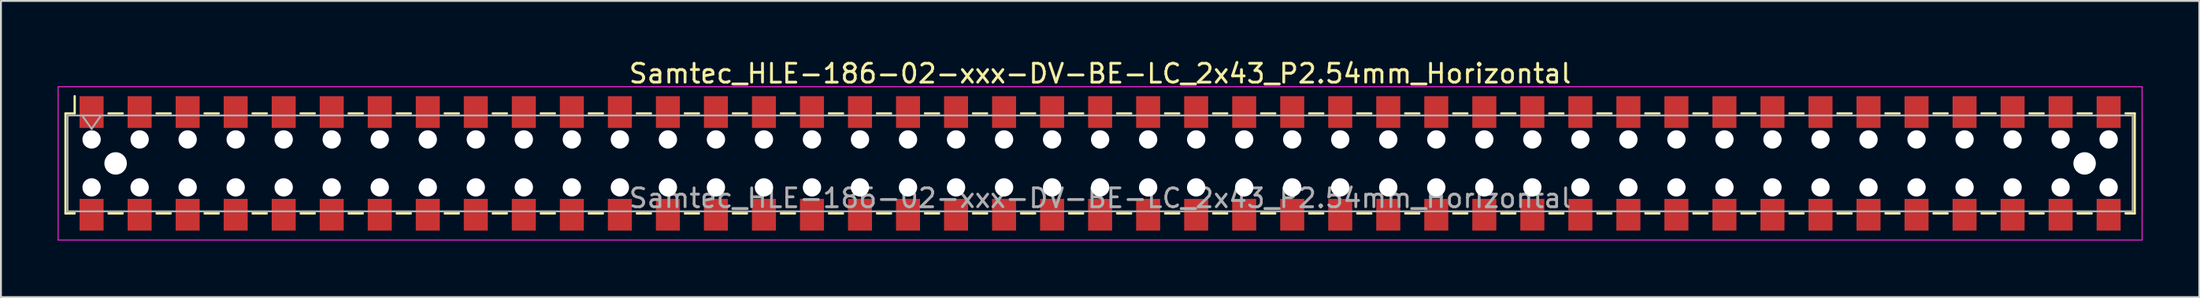
<source format=kicad_pcb>
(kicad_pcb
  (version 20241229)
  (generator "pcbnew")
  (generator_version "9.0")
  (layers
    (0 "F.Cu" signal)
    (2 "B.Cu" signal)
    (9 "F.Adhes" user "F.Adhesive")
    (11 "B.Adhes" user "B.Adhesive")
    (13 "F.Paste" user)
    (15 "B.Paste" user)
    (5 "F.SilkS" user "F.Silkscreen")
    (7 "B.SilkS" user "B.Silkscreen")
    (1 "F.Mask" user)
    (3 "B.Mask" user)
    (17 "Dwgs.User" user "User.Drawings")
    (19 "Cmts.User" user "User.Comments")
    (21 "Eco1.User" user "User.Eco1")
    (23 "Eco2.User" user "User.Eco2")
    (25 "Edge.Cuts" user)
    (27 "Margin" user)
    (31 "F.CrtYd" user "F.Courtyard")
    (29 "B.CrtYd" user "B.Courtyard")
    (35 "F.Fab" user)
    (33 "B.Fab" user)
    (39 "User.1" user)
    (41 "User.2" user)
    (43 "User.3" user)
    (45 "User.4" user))
  (footprint "Samtec_HLE-186-02-xxx-DV-BE-LC_2x43_P2.54mm_Horizontal"
    (layer "F.Cu")
    (at 55.135 5.608)
    (property "Reference" "Samtec_HLE-186-02-xxx-DV-BE-LC_2x43_P2.54mm_Horizontal" (at 0 -4.76 0) (layer "F.SilkS") (effects (font (size 1 1) (thickness 0.15))))
    (attr smd)
    (fp_line (start -54.72 -2.65) (end -54.72 2.65) (stroke (width 0.12) (type solid)) (layer "F.SilkS"))
    (fp_line (start -54.72 2.65) (end -54.235 2.65) (stroke (width 0.12) (type solid)) (layer "F.SilkS"))
    (fp_line (start -54.235 -3.56) (end -54.235 -2.65) (stroke (width 0.12) (type solid)) (layer "F.SilkS"))
    (fp_line (start -54.235 -2.65) (end -54.72 -2.65) (stroke (width 0.12) (type solid)) (layer "F.SilkS"))
    (fp_line (start -52.445 -2.65) (end -51.695 -2.65) (stroke (width 0.12) (type solid)) (layer "F.SilkS"))
    (fp_line (start -52.445 2.65) (end -51.695 2.65) (stroke (width 0.12) (type solid)) (layer "F.SilkS"))
    (fp_line (start -49.905 -2.65) (end -49.155 -2.65) (stroke (width 0.12) (type solid)) (layer "F.SilkS"))
    (fp_line (start -49.905 2.65) (end -49.155 2.65) (stroke (width 0.12) (type solid)) (layer "F.SilkS"))
    (fp_line (start -47.365 -2.65) (end -46.615 -2.65) (stroke (width 0.12) (type solid)) (layer "F.SilkS"))
    (fp_line (start -47.365 2.65) (end -46.615 2.65) (stroke (width 0.12) (type solid)) (layer "F.SilkS"))
    (fp_line (start -44.825 -2.65) (end -44.075 -2.65) (stroke (width 0.12) (type solid)) (layer "F.SilkS"))
    (fp_line (start -44.825 2.65) (end -44.075 2.65) (stroke (width 0.12) (type solid)) (layer "F.SilkS"))
    (fp_line (start -42.285 -2.65) (end -41.535 -2.65) (stroke (width 0.12) (type solid)) (layer "F.SilkS"))
    (fp_line (start -42.285 2.65) (end -41.535 2.65) (stroke (width 0.12) (type solid)) (layer "F.SilkS"))
    (fp_line (start -39.745 -2.65) (end -38.995 -2.65) (stroke (width 0.12) (type solid)) (layer "F.SilkS"))
    (fp_line (start -39.745 2.65) (end -38.995 2.65) (stroke (width 0.12) (type solid)) (layer "F.SilkS"))
    (fp_line (start -37.205 -2.65) (end -36.455 -2.65) (stroke (width 0.12) (type solid)) (layer "F.SilkS"))
    (fp_line (start -37.205 2.65) (end -36.455 2.65) (stroke (width 0.12) (type solid)) (layer "F.SilkS"))
    (fp_line (start -34.665 -2.65) (end -33.915 -2.65) (stroke (width 0.12) (type solid)) (layer "F.SilkS"))
    (fp_line (start -34.665 2.65) (end -33.915 2.65) (stroke (width 0.12) (type solid)) (layer "F.SilkS"))
    (fp_line (start -32.125 -2.65) (end -31.375 -2.65) (stroke (width 0.12) (type solid)) (layer "F.SilkS"))
    (fp_line (start -32.125 2.65) (end -31.375 2.65) (stroke (width 0.12) (type solid)) (layer "F.SilkS"))
    (fp_line (start -29.585 -2.65) (end -28.835 -2.65) (stroke (width 0.12) (type solid)) (layer "F.SilkS"))
    (fp_line (start -29.585 2.65) (end -28.835 2.65) (stroke (width 0.12) (type solid)) (layer "F.SilkS"))
    (fp_line (start -27.045 -2.65) (end -26.295 -2.65) (stroke (width 0.12) (type solid)) (layer "F.SilkS"))
    (fp_line (start -27.045 2.65) (end -26.295 2.65) (stroke (width 0.12) (type solid)) (layer "F.SilkS"))
    (fp_line (start -24.505 -2.65) (end -23.755 -2.65) (stroke (width 0.12) (type solid)) (layer "F.SilkS"))
    (fp_line (start -24.505 2.65) (end -23.755 2.65) (stroke (width 0.12) (type solid)) (layer "F.SilkS"))
    (fp_line (start -21.965 -2.65) (end -21.215 -2.65) (stroke (width 0.12) (type solid)) (layer "F.SilkS"))
    (fp_line (start -21.965 2.65) (end -21.215 2.65) (stroke (width 0.12) (type solid)) (layer "F.SilkS"))
    (fp_line (start -19.425 -2.65) (end -18.675 -2.65) (stroke (width 0.12) (type solid)) (layer "F.SilkS"))
    (fp_line (start -19.425 2.65) (end -18.675 2.65) (stroke (width 0.12) (type solid)) (layer "F.SilkS"))
    (fp_line (start -16.885 -2.65) (end -16.135 -2.65) (stroke (width 0.12) (type solid)) (layer "F.SilkS"))
    (fp_line (start -16.885 2.65) (end -16.135 2.65) (stroke (width 0.12) (type solid)) (layer "F.SilkS"))
    (fp_line (start -14.345 -2.65) (end -13.595 -2.65) (stroke (width 0.12) (type solid)) (layer "F.SilkS"))
    (fp_line (start -14.345 2.65) (end -13.595 2.65) (stroke (width 0.12) (type solid)) (layer "F.SilkS"))
    (fp_line (start -11.805 -2.65) (end -11.055 -2.65) (stroke (width 0.12) (type solid)) (layer "F.SilkS"))
    (fp_line (start -11.805 2.65) (end -11.055 2.65) (stroke (width 0.12) (type solid)) (layer "F.SilkS"))
    (fp_line (start -9.265 -2.65) (end -8.515 -2.65) (stroke (width 0.12) (type solid)) (layer "F.SilkS"))
    (fp_line (start -9.265 2.65) (end -8.515 2.65) (stroke (width 0.12) (type solid)) (layer "F.SilkS"))
    (fp_line (start -6.725 -2.65) (end -5.975 -2.65) (stroke (width 0.12) (type solid)) (layer "F.SilkS"))
    (fp_line (start -6.725 2.65) (end -5.975 2.65) (stroke (width 0.12) (type solid)) (layer "F.SilkS"))
    (fp_line (start -4.185 -2.65) (end -3.435 -2.65) (stroke (width 0.12) (type solid)) (layer "F.SilkS"))
    (fp_line (start -4.185 2.65) (end -3.435 2.65) (stroke (width 0.12) (type solid)) (layer "F.SilkS"))
    (fp_line (start -1.645 -2.65) (end -0.895 -2.65) (stroke (width 0.12) (type solid)) (layer "F.SilkS"))
    (fp_line (start -1.645 2.65) (end -0.895 2.65) (stroke (width 0.12) (type solid)) (layer "F.SilkS"))
    (fp_line (start 0.895 -2.65) (end 1.645 -2.65) (stroke (width 0.12) (type solid)) (layer "F.SilkS"))
    (fp_line (start 0.895 2.65) (end 1.645 2.65) (stroke (width 0.12) (type solid)) (layer "F.SilkS"))
    (fp_line (start 3.435 -2.65) (end 4.185 -2.65) (stroke (width 0.12) (type solid)) (layer "F.SilkS"))
    (fp_line (start 3.435 2.65) (end 4.185 2.65) (stroke (width 0.12) (type solid)) (layer "F.SilkS"))
    (fp_line (start 5.975 -2.65) (end 6.725 -2.65) (stroke (width 0.12) (type solid)) (layer "F.SilkS"))
    (fp_line (start 5.975 2.65) (end 6.725 2.65) (stroke (width 0.12) (type solid)) (layer "F.SilkS"))
    (fp_line (start 8.515 -2.65) (end 9.265 -2.65) (stroke (width 0.12) (type solid)) (layer "F.SilkS"))
    (fp_line (start 8.515 2.65) (end 9.265 2.65) (stroke (width 0.12) (type solid)) (layer "F.SilkS"))
    (fp_line (start 11.055 -2.65) (end 11.805 -2.65) (stroke (width 0.12) (type solid)) (layer "F.SilkS"))
    (fp_line (start 11.055 2.65) (end 11.805 2.65) (stroke (width 0.12) (type solid)) (layer "F.SilkS"))
    (fp_line (start 13.595 -2.65) (end 14.345 -2.65) (stroke (width 0.12) (type solid)) (layer "F.SilkS"))
    (fp_line (start 13.595 2.65) (end 14.345 2.65) (stroke (width 0.12) (type solid)) (layer "F.SilkS"))
    (fp_line (start 16.135 -2.65) (end 16.885 -2.65) (stroke (width 0.12) (type solid)) (layer "F.SilkS"))
    (fp_line (start 16.135 2.65) (end 16.885 2.65) (stroke (width 0.12) (type solid)) (layer "F.SilkS"))
    (fp_line (start 18.675 -2.65) (end 19.425 -2.65) (stroke (width 0.12) (type solid)) (layer "F.SilkS"))
    (fp_line (start 18.675 2.65) (end 19.425 2.65) (stroke (width 0.12) (type solid)) (layer "F.SilkS"))
    (fp_line (start 21.215 -2.65) (end 21.965 -2.65) (stroke (width 0.12) (type solid)) (layer "F.SilkS"))
    (fp_line (start 21.215 2.65) (end 21.965 2.65) (stroke (width 0.12) (type solid)) (layer "F.SilkS"))
    (fp_line (start 23.755 -2.65) (end 24.505 -2.65) (stroke (width 0.12) (type solid)) (layer "F.SilkS"))
    (fp_line (start 23.755 2.65) (end 24.505 2.65) (stroke (width 0.12) (type solid)) (layer "F.SilkS"))
    (fp_line (start 26.295 -2.65) (end 27.045 -2.65) (stroke (width 0.12) (type solid)) (layer "F.SilkS"))
    (fp_line (start 26.295 2.65) (end 27.045 2.65) (stroke (width 0.12) (type solid)) (layer "F.SilkS"))
    (fp_line (start 28.835 -2.65) (end 29.585 -2.65) (stroke (width 0.12) (type solid)) (layer "F.SilkS"))
    (fp_line (start 28.835 2.65) (end 29.585 2.65) (stroke (width 0.12) (type solid)) (layer "F.SilkS"))
    (fp_line (start 31.375 -2.65) (end 32.125 -2.65) (stroke (width 0.12) (type solid)) (layer "F.SilkS"))
    (fp_line (start 31.375 2.65) (end 32.125 2.65) (stroke (width 0.12) (type solid)) (layer "F.SilkS"))
    (fp_line (start 33.915 -2.65) (end 34.665 -2.65) (stroke (width 0.12) (type solid)) (layer "F.SilkS"))
    (fp_line (start 33.915 2.65) (end 34.665 2.65) (stroke (width 0.12) (type solid)) (layer "F.SilkS"))
    (fp_line (start 36.455 -2.65) (end 37.205 -2.65) (stroke (width 0.12) (type solid)) (layer "F.SilkS"))
    (fp_line (start 36.455 2.65) (end 37.205 2.65) (stroke (width 0.12) (type solid)) (layer "F.SilkS"))
    (fp_line (start 38.995 -2.65) (end 39.745 -2.65) (stroke (width 0.12) (type solid)) (layer "F.SilkS"))
    (fp_line (start 38.995 2.65) (end 39.745 2.65) (stroke (width 0.12) (type solid)) (layer "F.SilkS"))
    (fp_line (start 41.535 -2.65) (end 42.285 -2.65) (stroke (width 0.12) (type solid)) (layer "F.SilkS"))
    (fp_line (start 41.535 2.65) (end 42.285 2.65) (stroke (width 0.12) (type solid)) (layer "F.SilkS"))
    (fp_line (start 44.075 -2.65) (end 44.825 -2.65) (stroke (width 0.12) (type solid)) (layer "F.SilkS"))
    (fp_line (start 44.075 2.65) (end 44.825 2.65) (stroke (width 0.12) (type solid)) (layer "F.SilkS"))
    (fp_line (start 46.615 -2.65) (end 47.365 -2.65) (stroke (width 0.12) (type solid)) (layer "F.SilkS"))
    (fp_line (start 46.615 2.65) (end 47.365 2.65) (stroke (width 0.12) (type solid)) (layer "F.SilkS"))
    (fp_line (start 49.155 -2.65) (end 49.905 -2.65) (stroke (width 0.12) (type solid)) (layer "F.SilkS"))
    (fp_line (start 49.155 2.65) (end 49.905 2.65) (stroke (width 0.12) (type solid)) (layer "F.SilkS"))
    (fp_line (start 51.695 -2.65) (end 52.445 -2.65) (stroke (width 0.12) (type solid)) (layer "F.SilkS"))
    (fp_line (start 51.695 2.65) (end 52.445 2.65) (stroke (width 0.12) (type solid)) (layer "F.SilkS"))
    (fp_line (start 54.235 -2.65) (end 54.72 -2.65) (stroke (width 0.12) (type solid)) (layer "F.SilkS"))
    (fp_line (start 54.72 -2.65) (end 54.72 2.65) (stroke (width 0.12) (type solid)) (layer "F.SilkS"))
    (fp_line (start 54.72 2.65) (end 54.235 2.65) (stroke (width 0.12) (type solid)) (layer "F.SilkS"))
    (fp_line (start -55.11 -4.06) (end 55.11 -4.06) (stroke (width 0.05) (type solid)) (layer "F.CrtYd"))
    (fp_line (start -55.11 4.06) (end -55.11 -4.06) (stroke (width 0.05) (type solid)) (layer "F.CrtYd"))
    (fp_line (start 55.11 -4.06) (end 55.11 4.06) (stroke (width 0.05) (type solid)) (layer "F.CrtYd"))
    (fp_line (start 55.11 4.06) (end -55.11 4.06) (stroke (width 0.05) (type solid)) (layer "F.CrtYd"))
    (fp_line (start -54.61 -2.54) (end 54.61 -2.54) (stroke (width 0.1) (type solid)) (layer "F.Fab"))
    (fp_line (start -54.61 2.54) (end -54.61 -2.54) (stroke (width 0.1) (type solid)) (layer "F.Fab"))
    (fp_line (start -53.84 -2.54) (end -53.34 -1.833) (stroke (width 0.1) (type solid)) (layer "F.Fab"))
    (fp_line (start -53.34 -1.833) (end -52.84 -2.54) (stroke (width 0.1) (type solid)) (layer "F.Fab"))
    (fp_line (start 54.61 -2.54) (end 54.61 2.54) (stroke (width 0.1) (type solid)) (layer "F.Fab"))
    (fp_line (start 54.61 2.54) (end -54.61 2.54) (stroke (width 0.1) (type solid)) (layer "F.Fab"))
    (fp_text user "${REFERENCE}" (at 0 1.84 0) (layer "F.Fab") (effects (font (size 1 1) (thickness 0.15))))
    (pad "" np_thru_hole circle (at -53.34 -1.27) (size 0.97 0.97) (drill 0.97) (layers "*.Cu" "*.Mask"))
    (pad "" np_thru_hole circle (at -53.34 1.27) (size 0.97 0.97) (drill 0.97) (layers "*.Cu" "*.Mask"))
    (pad "" np_thru_hole circle (at -52.07 0) (size 1.19 1.19) (drill 1.19) (layers "*.Cu" "*.Mask"))
    (pad "" np_thru_hole circle (at -50.8 -1.27) (size 0.97 0.97) (drill 0.97) (layers "*.Cu" "*.Mask"))
    (pad "" np_thru_hole circle (at -50.8 1.27) (size 0.97 0.97) (drill 0.97) (layers "*.Cu" "*.Mask"))
    (pad "" np_thru_hole circle (at -48.26 -1.27) (size 0.97 0.97) (drill 0.97) (layers "*.Cu" "*.Mask"))
    (pad "" np_thru_hole circle (at -48.26 1.27) (size 0.97 0.97) (drill 0.97) (layers "*.Cu" "*.Mask"))
    (pad "" np_thru_hole circle (at -45.72 -1.27) (size 0.97 0.97) (drill 0.97) (layers "*.Cu" "*.Mask"))
    (pad "" np_thru_hole circle (at -45.72 1.27) (size 0.97 0.97) (drill 0.97) (layers "*.Cu" "*.Mask"))
    (pad "" np_thru_hole circle (at -43.18 -1.27) (size 0.97 0.97) (drill 0.97) (layers "*.Cu" "*.Mask"))
    (pad "" np_thru_hole circle (at -43.18 1.27) (size 0.97 0.97) (drill 0.97) (layers "*.Cu" "*.Mask"))
    (pad "" np_thru_hole circle (at -40.64 -1.27) (size 0.97 0.97) (drill 0.97) (layers "*.Cu" "*.Mask"))
    (pad "" np_thru_hole circle (at -40.64 1.27) (size 0.97 0.97) (drill 0.97) (layers "*.Cu" "*.Mask"))
    (pad "" np_thru_hole circle (at -38.1 -1.27) (size 0.97 0.97) (drill 0.97) (layers "*.Cu" "*.Mask"))
    (pad "" np_thru_hole circle (at -38.1 1.27) (size 0.97 0.97) (drill 0.97) (layers "*.Cu" "*.Mask"))
    (pad "" np_thru_hole circle (at -35.56 -1.27) (size 0.97 0.97) (drill 0.97) (layers "*.Cu" "*.Mask"))
    (pad "" np_thru_hole circle (at -35.56 1.27) (size 0.97 0.97) (drill 0.97) (layers "*.Cu" "*.Mask"))
    (pad "" np_thru_hole circle (at -33.02 -1.27) (size 0.97 0.97) (drill 0.97) (layers "*.Cu" "*.Mask"))
    (pad "" np_thru_hole circle (at -33.02 1.27) (size 0.97 0.97) (drill 0.97) (layers "*.Cu" "*.Mask"))
    (pad "" np_thru_hole circle (at -30.48 -1.27) (size 0.97 0.97) (drill 0.97) (layers "*.Cu" "*.Mask"))
    (pad "" np_thru_hole circle (at -30.48 1.27) (size 0.97 0.97) (drill 0.97) (layers "*.Cu" "*.Mask"))
    (pad "" np_thru_hole circle (at -27.94 -1.27) (size 0.97 0.97) (drill 0.97) (layers "*.Cu" "*.Mask"))
    (pad "" np_thru_hole circle (at -27.94 1.27) (size 0.97 0.97) (drill 0.97) (layers "*.Cu" "*.Mask"))
    (pad "" np_thru_hole circle (at -25.4 -1.27) (size 0.97 0.97) (drill 0.97) (layers "*.Cu" "*.Mask"))
    (pad "" np_thru_hole circle (at -25.4 1.27) (size 0.97 0.97) (drill 0.97) (layers "*.Cu" "*.Mask"))
    (pad "" np_thru_hole circle (at -22.86 -1.27) (size 0.97 0.97) (drill 0.97) (layers "*.Cu" "*.Mask"))
    (pad "" np_thru_hole circle (at -22.86 1.27) (size 0.97 0.97) (drill 0.97) (layers "*.Cu" "*.Mask"))
    (pad "" np_thru_hole circle (at -20.32 -1.27) (size 0.97 0.97) (drill 0.97) (layers "*.Cu" "*.Mask"))
    (pad "" np_thru_hole circle (at -20.32 1.27) (size 0.97 0.97) (drill 0.97) (layers "*.Cu" "*.Mask"))
    (pad "" np_thru_hole circle (at -17.78 -1.27) (size 0.97 0.97) (drill 0.97) (layers "*.Cu" "*.Mask"))
    (pad "" np_thru_hole circle (at -17.78 1.27) (size 0.97 0.97) (drill 0.97) (layers "*.Cu" "*.Mask"))
    (pad "" np_thru_hole circle (at -15.24 -1.27) (size 0.97 0.97) (drill 0.97) (layers "*.Cu" "*.Mask"))
    (pad "" np_thru_hole circle (at -15.24 1.27) (size 0.97 0.97) (drill 0.97) (layers "*.Cu" "*.Mask"))
    (pad "" np_thru_hole circle (at -12.7 -1.27) (size 0.97 0.97) (drill 0.97) (layers "*.Cu" "*.Mask"))
    (pad "" np_thru_hole circle (at -12.7 1.27) (size 0.97 0.97) (drill 0.97) (layers "*.Cu" "*.Mask"))
    (pad "" np_thru_hole circle (at -10.16 -1.27) (size 0.97 0.97) (drill 0.97) (layers "*.Cu" "*.Mask"))
    (pad "" np_thru_hole circle (at -10.16 1.27) (size 0.97 0.97) (drill 0.97) (layers "*.Cu" "*.Mask"))
    (pad "" np_thru_hole circle (at -7.62 -1.27) (size 0.97 0.97) (drill 0.97) (layers "*.Cu" "*.Mask"))
    (pad "" np_thru_hole circle (at -7.62 1.27) (size 0.97 0.97) (drill 0.97) (layers "*.Cu" "*.Mask"))
    (pad "" np_thru_hole circle (at -5.08 -1.27) (size 0.97 0.97) (drill 0.97) (layers "*.Cu" "*.Mask"))
    (pad "" np_thru_hole circle (at -5.08 1.27) (size 0.97 0.97) (drill 0.97) (layers "*.Cu" "*.Mask"))
    (pad "" np_thru_hole circle (at -2.54 -1.27) (size 0.97 0.97) (drill 0.97) (layers "*.Cu" "*.Mask"))
    (pad "" np_thru_hole circle (at -2.54 1.27) (size 0.97 0.97) (drill 0.97) (layers "*.Cu" "*.Mask"))
    (pad "" np_thru_hole circle (at 0 -1.27) (size 0.97 0.97) (drill 0.97) (layers "*.Cu" "*.Mask"))
    (pad "" np_thru_hole circle (at 0 1.27) (size 0.97 0.97) (drill 0.97) (layers "*.Cu" "*.Mask"))
    (pad "" np_thru_hole circle (at 2.54 -1.27) (size 0.97 0.97) (drill 0.97) (layers "*.Cu" "*.Mask"))
    (pad "" np_thru_hole circle (at 2.54 1.27) (size 0.97 0.97) (drill 0.97) (layers "*.Cu" "*.Mask"))
    (pad "" np_thru_hole circle (at 5.08 -1.27) (size 0.97 0.97) (drill 0.97) (layers "*.Cu" "*.Mask"))
    (pad "" np_thru_hole circle (at 5.08 1.27) (size 0.97 0.97) (drill 0.97) (layers "*.Cu" "*.Mask"))
    (pad "" np_thru_hole circle (at 7.62 -1.27) (size 0.97 0.97) (drill 0.97) (layers "*.Cu" "*.Mask"))
    (pad "" np_thru_hole circle (at 7.62 1.27) (size 0.97 0.97) (drill 0.97) (layers "*.Cu" "*.Mask"))
    (pad "" np_thru_hole circle (at 10.16 -1.27) (size 0.97 0.97) (drill 0.97) (layers "*.Cu" "*.Mask"))
    (pad "" np_thru_hole circle (at 10.16 1.27) (size 0.97 0.97) (drill 0.97) (layers "*.Cu" "*.Mask"))
    (pad "" np_thru_hole circle (at 12.7 -1.27) (size 0.97 0.97) (drill 0.97) (layers "*.Cu" "*.Mask"))
    (pad "" np_thru_hole circle (at 12.7 1.27) (size 0.97 0.97) (drill 0.97) (layers "*.Cu" "*.Mask"))
    (pad "" np_thru_hole circle (at 15.24 -1.27) (size 0.97 0.97) (drill 0.97) (layers "*.Cu" "*.Mask"))
    (pad "" np_thru_hole circle (at 15.24 1.27) (size 0.97 0.97) (drill 0.97) (layers "*.Cu" "*.Mask"))
    (pad "" np_thru_hole circle (at 17.78 -1.27) (size 0.97 0.97) (drill 0.97) (layers "*.Cu" "*.Mask"))
    (pad "" np_thru_hole circle (at 17.78 1.27) (size 0.97 0.97) (drill 0.97) (layers "*.Cu" "*.Mask"))
    (pad "" np_thru_hole circle (at 20.32 -1.27) (size 0.97 0.97) (drill 0.97) (layers "*.Cu" "*.Mask"))
    (pad "" np_thru_hole circle (at 20.32 1.27) (size 0.97 0.97) (drill 0.97) (layers "*.Cu" "*.Mask"))
    (pad "" np_thru_hole circle (at 22.86 -1.27) (size 0.97 0.97) (drill 0.97) (layers "*.Cu" "*.Mask"))
    (pad "" np_thru_hole circle (at 22.86 1.27) (size 0.97 0.97) (drill 0.97) (layers "*.Cu" "*.Mask"))
    (pad "" np_thru_hole circle (at 25.4 -1.27) (size 0.97 0.97) (drill 0.97) (layers "*.Cu" "*.Mask"))
    (pad "" np_thru_hole circle (at 25.4 1.27) (size 0.97 0.97) (drill 0.97) (layers "*.Cu" "*.Mask"))
    (pad "" np_thru_hole circle (at 27.94 -1.27) (size 0.97 0.97) (drill 0.97) (layers "*.Cu" "*.Mask"))
    (pad "" np_thru_hole circle (at 27.94 1.27) (size 0.97 0.97) (drill 0.97) (layers "*.Cu" "*.Mask"))
    (pad "" np_thru_hole circle (at 30.48 -1.27) (size 0.97 0.97) (drill 0.97) (layers "*.Cu" "*.Mask"))
    (pad "" np_thru_hole circle (at 30.48 1.27) (size 0.97 0.97) (drill 0.97) (layers "*.Cu" "*.Mask"))
    (pad "" np_thru_hole circle (at 33.02 -1.27) (size 0.97 0.97) (drill 0.97) (layers "*.Cu" "*.Mask"))
    (pad "" np_thru_hole circle (at 33.02 1.27) (size 0.97 0.97) (drill 0.97) (layers "*.Cu" "*.Mask"))
    (pad "" np_thru_hole circle (at 35.56 -1.27) (size 0.97 0.97) (drill 0.97) (layers "*.Cu" "*.Mask"))
    (pad "" np_thru_hole circle (at 35.56 1.27) (size 0.97 0.97) (drill 0.97) (layers "*.Cu" "*.Mask"))
    (pad "" np_thru_hole circle (at 38.1 -1.27) (size 0.97 0.97) (drill 0.97) (layers "*.Cu" "*.Mask"))
    (pad "" np_thru_hole circle (at 38.1 1.27) (size 0.97 0.97) (drill 0.97) (layers "*.Cu" "*.Mask"))
    (pad "" np_thru_hole circle (at 40.64 -1.27) (size 0.97 0.97) (drill 0.97) (layers "*.Cu" "*.Mask"))
    (pad "" np_thru_hole circle (at 40.64 1.27) (size 0.97 0.97) (drill 0.97) (layers "*.Cu" "*.Mask"))
    (pad "" np_thru_hole circle (at 43.18 -1.27) (size 0.97 0.97) (drill 0.97) (layers "*.Cu" "*.Mask"))
    (pad "" np_thru_hole circle (at 43.18 1.27) (size 0.97 0.97) (drill 0.97) (layers "*.Cu" "*.Mask"))
    (pad "" np_thru_hole circle (at 45.72 -1.27) (size 0.97 0.97) (drill 0.97) (layers "*.Cu" "*.Mask"))
    (pad "" np_thru_hole circle (at 45.72 1.27) (size 0.97 0.97) (drill 0.97) (layers "*.Cu" "*.Mask"))
    (pad "" np_thru_hole circle (at 48.26 -1.27) (size 0.97 0.97) (drill 0.97) (layers "*.Cu" "*.Mask"))
    (pad "" np_thru_hole circle (at 48.26 1.27) (size 0.97 0.97) (drill 0.97) (layers "*.Cu" "*.Mask"))
    (pad "" np_thru_hole circle (at 50.8 -1.27) (size 0.97 0.97) (drill 0.97) (layers "*.Cu" "*.Mask"))
    (pad "" np_thru_hole circle (at 50.8 1.27) (size 0.97 0.97) (drill 0.97) (layers "*.Cu" "*.Mask"))
    (pad "" np_thru_hole circle (at 52.07 0) (size 1.19 1.19) (drill 1.19) (layers "*.Cu" "*.Mask"))
    (pad "" np_thru_hole circle (at 53.34 -1.27) (size 0.97 0.97) (drill 0.97) (layers "*.Cu" "*.Mask"))
    (pad "" np_thru_hole circle (at 53.34 1.27) (size 0.97 0.97) (drill 0.97) (layers "*.Cu" "*.Mask"))
    (pad "1" smd rect (at -53.34 -2.72) (size 1.27 1.68) (layers "F.Cu" "F.Mask" "F.Paste"))
    (pad "2" smd rect (at -53.34 2.72) (size 1.27 1.68) (layers "F.Cu" "F.Mask" "F.Paste"))
    (pad "3" smd rect (at -50.8 -2.72) (size 1.27 1.68) (layers "F.Cu" "F.Mask" "F.Paste"))
    (pad "4" smd rect (at -50.8 2.72) (size 1.27 1.68) (layers "F.Cu" "F.Mask" "F.Paste"))
    (pad "5" smd rect (at -48.26 -2.72) (size 1.27 1.68) (layers "F.Cu" "F.Mask" "F.Paste"))
    (pad "6" smd rect (at -48.26 2.72) (size 1.27 1.68) (layers "F.Cu" "F.Mask" "F.Paste"))
    (pad "7" smd rect (at -45.72 -2.72) (size 1.27 1.68) (layers "F.Cu" "F.Mask" "F.Paste"))
    (pad "8" smd rect (at -45.72 2.72) (size 1.27 1.68) (layers "F.Cu" "F.Mask" "F.Paste"))
    (pad "9" smd rect (at -43.18 -2.72) (size 1.27 1.68) (layers "F.Cu" "F.Mask" "F.Paste"))
    (pad "10" smd rect (at -43.18 2.72) (size 1.27 1.68) (layers "F.Cu" "F.Mask" "F.Paste"))
    (pad "11" smd rect (at -40.64 -2.72) (size 1.27 1.68) (layers "F.Cu" "F.Mask" "F.Paste"))
    (pad "12" smd rect (at -40.64 2.72) (size 1.27 1.68) (layers "F.Cu" "F.Mask" "F.Paste"))
    (pad "13" smd rect (at -38.1 -2.72) (size 1.27 1.68) (layers "F.Cu" "F.Mask" "F.Paste"))
    (pad "14" smd rect (at -38.1 2.72) (size 1.27 1.68) (layers "F.Cu" "F.Mask" "F.Paste"))
    (pad "15" smd rect (at -35.56 -2.72) (size 1.27 1.68) (layers "F.Cu" "F.Mask" "F.Paste"))
    (pad "16" smd rect (at -35.56 2.72) (size 1.27 1.68) (layers "F.Cu" "F.Mask" "F.Paste"))
    (pad "17" smd rect (at -33.02 -2.72) (size 1.27 1.68) (layers "F.Cu" "F.Mask" "F.Paste"))
    (pad "18" smd rect (at -33.02 2.72) (size 1.27 1.68) (layers "F.Cu" "F.Mask" "F.Paste"))
    (pad "19" smd rect (at -30.48 -2.72) (size 1.27 1.68) (layers "F.Cu" "F.Mask" "F.Paste"))
    (pad "20" smd rect (at -30.48 2.72) (size 1.27 1.68) (layers "F.Cu" "F.Mask" "F.Paste"))
    (pad "21" smd rect (at -27.94 -2.72) (size 1.27 1.68) (layers "F.Cu" "F.Mask" "F.Paste"))
    (pad "22" smd rect (at -27.94 2.72) (size 1.27 1.68) (layers "F.Cu" "F.Mask" "F.Paste"))
    (pad "23" smd rect (at -25.4 -2.72) (size 1.27 1.68) (layers "F.Cu" "F.Mask" "F.Paste"))
    (pad "24" smd rect (at -25.4 2.72) (size 1.27 1.68) (layers "F.Cu" "F.Mask" "F.Paste"))
    (pad "25" smd rect (at -22.86 -2.72) (size 1.27 1.68) (layers "F.Cu" "F.Mask" "F.Paste"))
    (pad "26" smd rect (at -22.86 2.72) (size 1.27 1.68) (layers "F.Cu" "F.Mask" "F.Paste"))
    (pad "27" smd rect (at -20.32 -2.72) (size 1.27 1.68) (layers "F.Cu" "F.Mask" "F.Paste"))
    (pad "28" smd rect (at -20.32 2.72) (size 1.27 1.68) (layers "F.Cu" "F.Mask" "F.Paste"))
    (pad "29" smd rect (at -17.78 -2.72) (size 1.27 1.68) (layers "F.Cu" "F.Mask" "F.Paste"))
    (pad "30" smd rect (at -17.78 2.72) (size 1.27 1.68) (layers "F.Cu" "F.Mask" "F.Paste"))
    (pad "31" smd rect (at -15.24 -2.72) (size 1.27 1.68) (layers "F.Cu" "F.Mask" "F.Paste"))
    (pad "32" smd rect (at -15.24 2.72) (size 1.27 1.68) (layers "F.Cu" "F.Mask" "F.Paste"))
    (pad "33" smd rect (at -12.7 -2.72) (size 1.27 1.68) (layers "F.Cu" "F.Mask" "F.Paste"))
    (pad "34" smd rect (at -12.7 2.72) (size 1.27 1.68) (layers "F.Cu" "F.Mask" "F.Paste"))
    (pad "35" smd rect (at -10.16 -2.72) (size 1.27 1.68) (layers "F.Cu" "F.Mask" "F.Paste"))
    (pad "36" smd rect (at -10.16 2.72) (size 1.27 1.68) (layers "F.Cu" "F.Mask" "F.Paste"))
    (pad "37" smd rect (at -7.62 -2.72) (size 1.27 1.68) (layers "F.Cu" "F.Mask" "F.Paste"))
    (pad "38" smd rect (at -7.62 2.72) (size 1.27 1.68) (layers "F.Cu" "F.Mask" "F.Paste"))
    (pad "39" smd rect (at -5.08 -2.72) (size 1.27 1.68) (layers "F.Cu" "F.Mask" "F.Paste"))
    (pad "40" smd rect (at -5.08 2.72) (size 1.27 1.68) (layers "F.Cu" "F.Mask" "F.Paste"))
    (pad "41" smd rect (at -2.54 -2.72) (size 1.27 1.68) (layers "F.Cu" "F.Mask" "F.Paste"))
    (pad "42" smd rect (at -2.54 2.72) (size 1.27 1.68) (layers "F.Cu" "F.Mask" "F.Paste"))
    (pad "43" smd rect (at 0 -2.72) (size 1.27 1.68) (layers "F.Cu" "F.Mask" "F.Paste"))
    (pad "44" smd rect (at 0 2.72) (size 1.27 1.68) (layers "F.Cu" "F.Mask" "F.Paste"))
    (pad "45" smd rect (at 2.54 -2.72) (size 1.27 1.68) (layers "F.Cu" "F.Mask" "F.Paste"))
    (pad "46" smd rect (at 2.54 2.72) (size 1.27 1.68) (layers "F.Cu" "F.Mask" "F.Paste"))
    (pad "47" smd rect (at 5.08 -2.72) (size 1.27 1.68) (layers "F.Cu" "F.Mask" "F.Paste"))
    (pad "48" smd rect (at 5.08 2.72) (size 1.27 1.68) (layers "F.Cu" "F.Mask" "F.Paste"))
    (pad "49" smd rect (at 7.62 -2.72) (size 1.27 1.68) (layers "F.Cu" "F.Mask" "F.Paste"))
    (pad "50" smd rect (at 7.62 2.72) (size 1.27 1.68) (layers "F.Cu" "F.Mask" "F.Paste"))
    (pad "51" smd rect (at 10.16 -2.72) (size 1.27 1.68) (layers "F.Cu" "F.Mask" "F.Paste"))
    (pad "52" smd rect (at 10.16 2.72) (size 1.27 1.68) (layers "F.Cu" "F.Mask" "F.Paste"))
    (pad "53" smd rect (at 12.7 -2.72) (size 1.27 1.68) (layers "F.Cu" "F.Mask" "F.Paste"))
    (pad "54" smd rect (at 12.7 2.72) (size 1.27 1.68) (layers "F.Cu" "F.Mask" "F.Paste"))
    (pad "55" smd rect (at 15.24 -2.72) (size 1.27 1.68) (layers "F.Cu" "F.Mask" "F.Paste"))
    (pad "56" smd rect (at 15.24 2.72) (size 1.27 1.68) (layers "F.Cu" "F.Mask" "F.Paste"))
    (pad "57" smd rect (at 17.78 -2.72) (size 1.27 1.68) (layers "F.Cu" "F.Mask" "F.Paste"))
    (pad "58" smd rect (at 17.78 2.72) (size 1.27 1.68) (layers "F.Cu" "F.Mask" "F.Paste"))
    (pad "59" smd rect (at 20.32 -2.72) (size 1.27 1.68) (layers "F.Cu" "F.Mask" "F.Paste"))
    (pad "60" smd rect (at 20.32 2.72) (size 1.27 1.68) (layers "F.Cu" "F.Mask" "F.Paste"))
    (pad "61" smd rect (at 22.86 -2.72) (size 1.27 1.68) (layers "F.Cu" "F.Mask" "F.Paste"))
    (pad "62" smd rect (at 22.86 2.72) (size 1.27 1.68) (layers "F.Cu" "F.Mask" "F.Paste"))
    (pad "63" smd rect (at 25.4 -2.72) (size 1.27 1.68) (layers "F.Cu" "F.Mask" "F.Paste"))
    (pad "64" smd rect (at 25.4 2.72) (size 1.27 1.68) (layers "F.Cu" "F.Mask" "F.Paste"))
    (pad "65" smd rect (at 27.94 -2.72) (size 1.27 1.68) (layers "F.Cu" "F.Mask" "F.Paste"))
    (pad "66" smd rect (at 27.94 2.72) (size 1.27 1.68) (layers "F.Cu" "F.Mask" "F.Paste"))
    (pad "67" smd rect (at 30.48 -2.72) (size 1.27 1.68) (layers "F.Cu" "F.Mask" "F.Paste"))
    (pad "68" smd rect (at 30.48 2.72) (size 1.27 1.68) (layers "F.Cu" "F.Mask" "F.Paste"))
    (pad "69" smd rect (at 33.02 -2.72) (size 1.27 1.68) (layers "F.Cu" "F.Mask" "F.Paste"))
    (pad "70" smd rect (at 33.02 2.72) (size 1.27 1.68) (layers "F.Cu" "F.Mask" "F.Paste"))
    (pad "71" smd rect (at 35.56 -2.72) (size 1.27 1.68) (layers "F.Cu" "F.Mask" "F.Paste"))
    (pad "72" smd rect (at 35.56 2.72) (size 1.27 1.68) (layers "F.Cu" "F.Mask" "F.Paste"))
    (pad "73" smd rect (at 38.1 -2.72) (size 1.27 1.68) (layers "F.Cu" "F.Mask" "F.Paste"))
    (pad "74" smd rect (at 38.1 2.72) (size 1.27 1.68) (layers "F.Cu" "F.Mask" "F.Paste"))
    (pad "75" smd rect (at 40.64 -2.72) (size 1.27 1.68) (layers "F.Cu" "F.Mask" "F.Paste"))
    (pad "76" smd rect (at 40.64 2.72) (size 1.27 1.68) (layers "F.Cu" "F.Mask" "F.Paste"))
    (pad "77" smd rect (at 43.18 -2.72) (size 1.27 1.68) (layers "F.Cu" "F.Mask" "F.Paste"))
    (pad "78" smd rect (at 43.18 2.72) (size 1.27 1.68) (layers "F.Cu" "F.Mask" "F.Paste"))
    (pad "79" smd rect (at 45.72 -2.72) (size 1.27 1.68) (layers "F.Cu" "F.Mask" "F.Paste"))
    (pad "80" smd rect (at 45.72 2.72) (size 1.27 1.68) (layers "F.Cu" "F.Mask" "F.Paste"))
    (pad "81" smd rect (at 48.26 -2.72) (size 1.27 1.68) (layers "F.Cu" "F.Mask" "F.Paste"))
    (pad "82" smd rect (at 48.26 2.72) (size 1.27 1.68) (layers "F.Cu" "F.Mask" "F.Paste"))
    (pad "83" smd rect (at 50.8 -2.72) (size 1.27 1.68) (layers "F.Cu" "F.Mask" "F.Paste"))
    (pad "84" smd rect (at 50.8 2.72) (size 1.27 1.68) (layers "F.Cu" "F.Mask" "F.Paste"))
    (pad "85" smd rect (at 53.34 -2.72) (size 1.27 1.68) (layers "F.Cu" "F.Mask" "F.Paste"))
    (pad "86" smd rect (at 53.34 2.72) (size 1.27 1.68) (layers "F.Cu" "F.Mask" "F.Paste")))
  (gr_rect
    (start -3 -3)
    (end 113.27 12.693)
    (stroke (width 0.1) (type default))
    (fill no)
    (layer "Edge.Cuts")))
</source>
